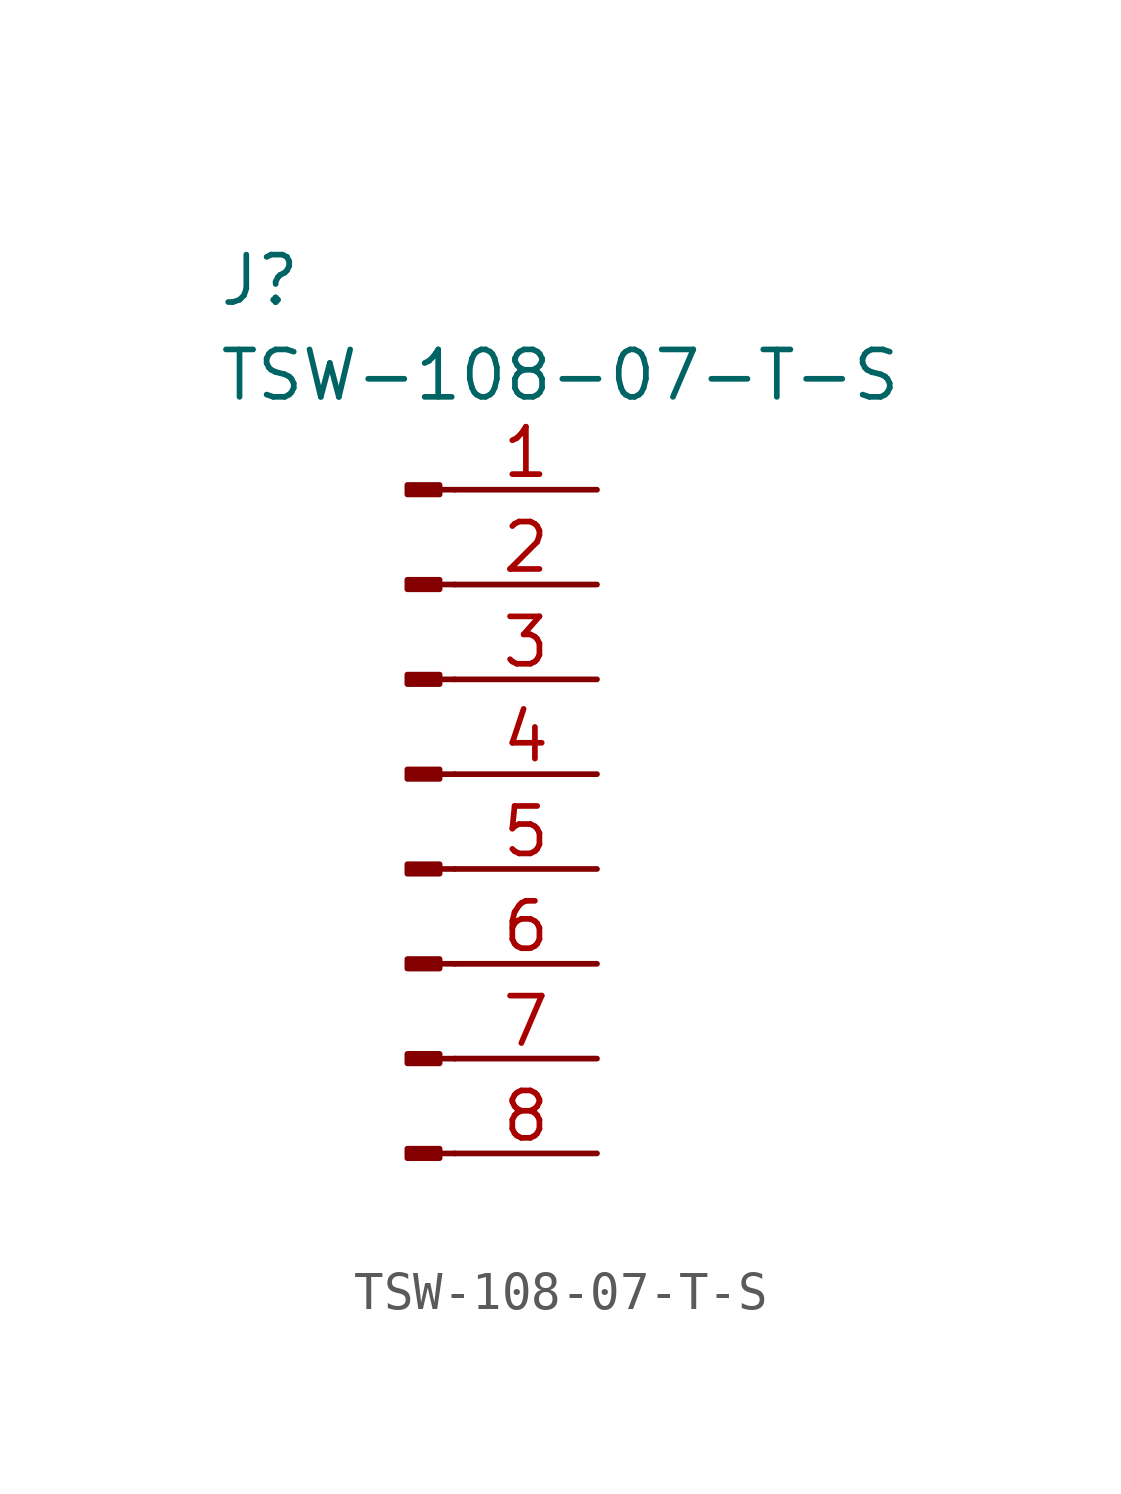
<source format=kicad_sym>
(kicad_symbol_lib
  (version 20220914)
  (generator kicad_symbol_editor)
  (symbol "TSW-108-07-T-S"
    (pin_names hide)
    (property "Reference" "J"
      (at -10.16 6.35 0)
      (effects (font (size 1.27 1.27)) (justify left top)))
    (property "Value" "TSW-108-07-T-S"
      (at -10.16 3.81 0)
      (effects (font (size 1.27 1.27)) (justify left top)))
    (symbol "TSW-108-07-T-S_1_1"
      (rectangle (start -4.216 -17.653) (end -5.08 -17.907) (stroke (width 0.152) (type default)) (fill (type outline)))
      (rectangle (start -4.216 -15.113) (end -5.08 -15.367) (stroke (width 0.152) (type default)) (fill (type outline)))
      (rectangle (start -4.216 -12.573) (end -5.08 -12.827) (stroke (width 0.152) (type default)) (fill (type outline)))
      (rectangle (start -4.216 -10.033) (end -5.08 -10.287) (stroke (width 0.152) (type default)) (fill (type outline)))
      (rectangle (start -4.216 -7.493) (end -5.08 -7.747) (stroke (width 0.152) (type default)) (fill (type outline)))
      (rectangle (start -4.216 -4.953) (end -5.08 -5.207) (stroke (width 0.152) (type default)) (fill (type outline)))
      (rectangle (start -4.216 -2.413) (end -5.08 -2.667) (stroke (width 0.152) (type default)) (fill (type outline)))
      (rectangle (start -4.216 0.127) (end -5.08 -0.127) (stroke (width 0.152) (type default)) (fill (type outline)))
      (polyline (pts (xy -3.81 -17.78) (xy -4.216 -17.78)) (stroke (width 0.152) (type default)) (fill (type none)))
      (polyline (pts (xy -3.81 -15.24) (xy -4.216 -15.24)) (stroke (width 0.152) (type default)) (fill (type none)))
      (polyline (pts (xy -3.81 -12.7) (xy -4.216 -12.7)) (stroke (width 0.152) (type default)) (fill (type none)))
      (polyline (pts (xy -3.81 -10.16) (xy -4.216 -10.16)) (stroke (width 0.152) (type default)) (fill (type none)))
      (polyline (pts (xy -3.81 -7.62) (xy -4.216 -7.62)) (stroke (width 0.152) (type default)) (fill (type none)))
      (polyline (pts (xy -3.81 -5.08) (xy -4.216 -5.08)) (stroke (width 0.152) (type default)) (fill (type none)))
      (polyline (pts (xy -3.81 -2.54) (xy -4.216 -2.54)) (stroke (width 0.152) (type default)) (fill (type none)))
      (polyline (pts (xy -3.81 0) (xy -4.216 0)) (stroke (width 0.152) (type default)) (fill (type none)))
      (pin passive line (at 0 0 180) (length 3.81) (name "Pin_1" (effects (font (size 1.27 1.27)))) (number "1" (effects (font (size 1.27 1.27)))))
      (pin passive line (at 0 -2.54 180) (length 3.81) (name "Pin_2" (effects (font (size 1.27 1.27)))) (number "2" (effects (font (size 1.27 1.27)))))
      (pin passive line (at 0 -5.08 180) (length 3.81) (name "Pin_3" (effects (font (size 1.27 1.27)))) (number "3" (effects (font (size 1.27 1.27)))))
      (pin passive line (at 0 -7.62 180) (length 3.81) (name "Pin_4" (effects (font (size 1.27 1.27)))) (number "4" (effects (font (size 1.27 1.27)))))
      (pin passive line (at 0 -10.16 180) (length 3.81) (name "Pin_5" (effects (font (size 1.27 1.27)))) (number "5" (effects (font (size 1.27 1.27)))))
      (pin passive line (at 0 -12.7 180) (length 3.81) (name "Pin_6" (effects (font (size 1.27 1.27)))) (number "6" (effects (font (size 1.27 1.27)))))
      (pin passive line (at 0 -15.24 180) (length 3.81) (name "Pin_7" (effects (font (size 1.27 1.27)))) (number "7" (effects (font (size 1.27 1.27)))))
      (pin passive line (at 0 -17.78 180) (length 3.81) (name "Pin_8" (effects (font (size 1.27 1.27)))) (number "8" (effects (font (size 1.27 1.27))))))))
</source>
